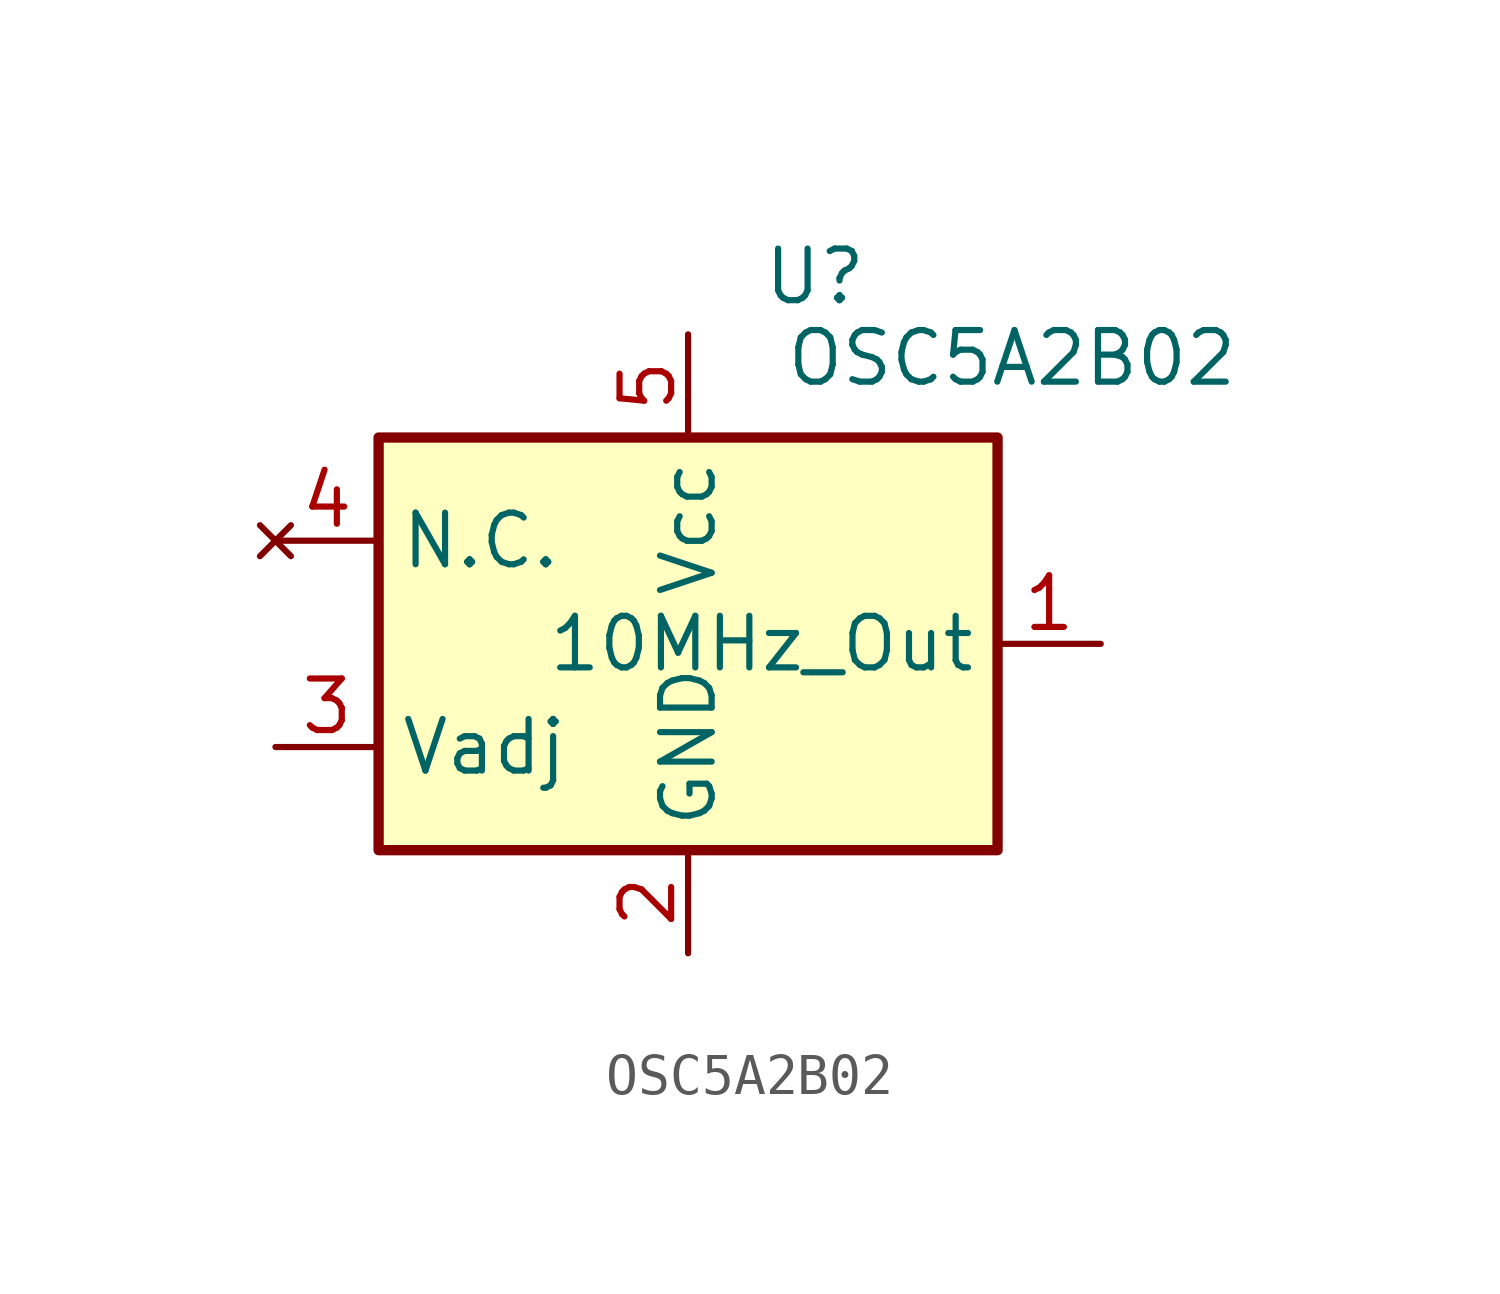
<source format=kicad_sym>
(kicad_symbol_lib
  (version 20220914)
  (generator kicad_symbol_editor)
  (symbol "OSC5A2B02"
    (property "Reference" "U"
      (at 5.664 1.422 0)
      (effects (font (size 1.27 1.27))))
    (property "Value" "OSC5A2B02"
      (at 10.516 -0.584 0)
      (effects (font (size 1.27 1.27))))
    (symbol "OSC5A2B02_1_1"
      (rectangle (start -5.08 -2.54) (end 10.16 -12.7) (stroke (width 0.254) (type default)) (fill (type background)))
      (pin output line (at 12.7 -7.62 180) (length 2.54) (name "10MHz_Out" (effects (font (size 1.27 1.27)))) (number "1" (effects (font (size 1.27 1.27)))))
      (pin power_in line (at 2.54 -15.24 90) (length 2.54) (name "GND" (effects (font (size 1.27 1.27)))) (number "2" (effects (font (size 1.27 1.27)))))
      (pin input line (at -7.62 -10.16 0) (length 2.54) (name "Vadj" (effects (font (size 1.27 1.27)))) (number "3" (effects (font (size 1.27 1.27)))))
      (pin no_connect line (at -7.62 -5.08 0) (length 2.54) (name "N.C." (effects (font (size 1.27 1.27)))) (number "4" (effects (font (size 1.27 1.27)))))
      (pin power_in line (at 2.54 0 270) (length 2.54) (name "Vcc" (effects (font (size 1.27 1.27)))) (number "5" (effects (font (size 1.27 1.27))))))))
</source>
